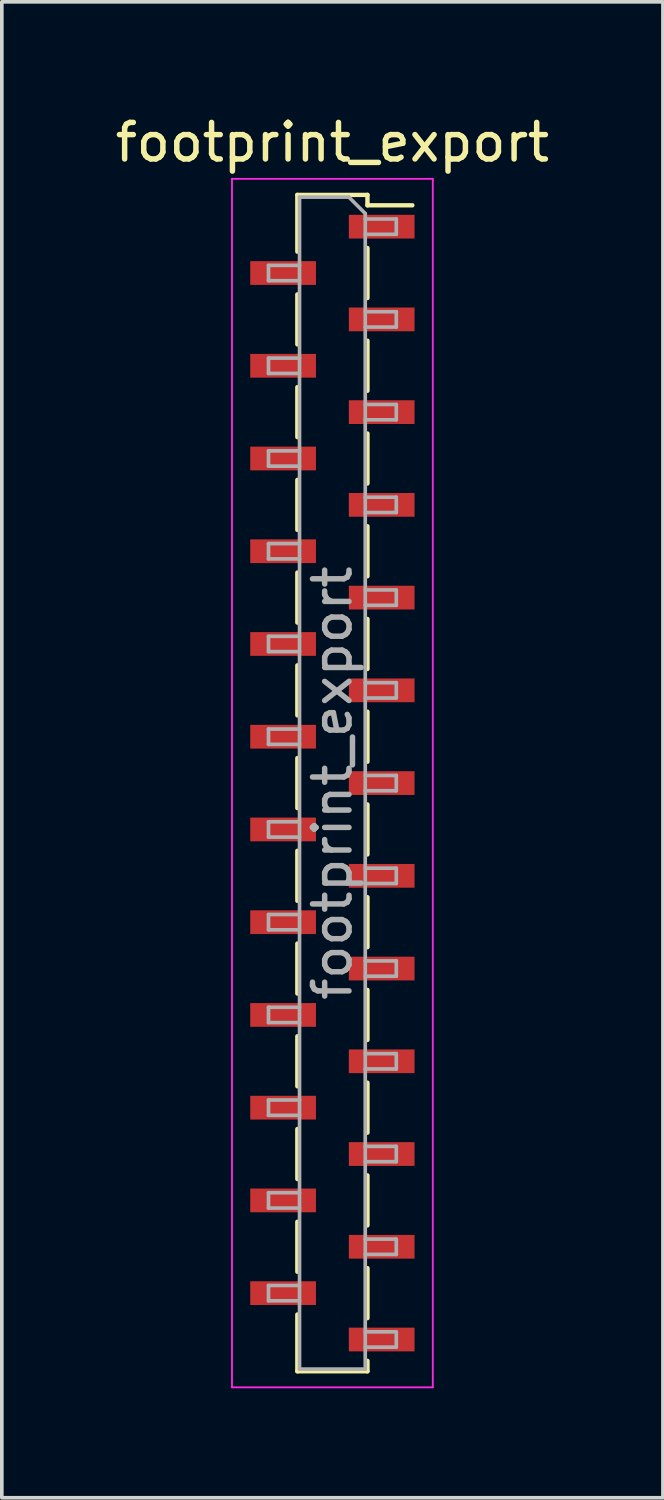
<source format=kicad_pcb>
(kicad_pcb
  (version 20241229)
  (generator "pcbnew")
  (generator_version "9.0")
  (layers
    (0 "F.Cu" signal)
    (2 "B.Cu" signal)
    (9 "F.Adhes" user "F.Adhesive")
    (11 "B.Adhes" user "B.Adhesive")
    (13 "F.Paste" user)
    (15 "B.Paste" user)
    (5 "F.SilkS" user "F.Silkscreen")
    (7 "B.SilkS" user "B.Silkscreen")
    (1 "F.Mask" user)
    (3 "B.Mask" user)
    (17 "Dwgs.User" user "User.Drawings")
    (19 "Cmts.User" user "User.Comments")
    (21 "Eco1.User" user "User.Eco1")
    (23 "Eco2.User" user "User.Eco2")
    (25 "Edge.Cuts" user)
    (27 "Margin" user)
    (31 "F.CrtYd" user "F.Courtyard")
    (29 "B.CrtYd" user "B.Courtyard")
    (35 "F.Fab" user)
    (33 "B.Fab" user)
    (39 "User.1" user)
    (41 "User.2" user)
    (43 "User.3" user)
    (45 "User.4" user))
  (footprint "footprint_export"
    (layer "F.Cu")
    (at 6.054 18.398)
    (property "Reference" "footprint_export" (at 0 -17.55 0) (layer "F.SilkS") (effects (font (size 1 1) (thickness 0.15))))
    (attr smd)
    (fp_line (start -0.96 -16.11) (end -0.96 -14.555) (stroke (width 0.12) (type solid)) (layer "F.SilkS"))
    (fp_line (start -0.96 -16.11) (end 0.96 -16.11) (stroke (width 0.12) (type solid)) (layer "F.SilkS"))
    (fp_line (start -0.96 -13.385) (end -0.96 -12.015) (stroke (width 0.12) (type solid)) (layer "F.SilkS"))
    (fp_line (start -0.96 -10.845) (end -0.96 -9.475) (stroke (width 0.12) (type solid)) (layer "F.SilkS"))
    (fp_line (start -0.96 -8.305) (end -0.96 -6.935) (stroke (width 0.12) (type solid)) (layer "F.SilkS"))
    (fp_line (start -0.96 -5.765) (end -0.96 -4.395) (stroke (width 0.12) (type solid)) (layer "F.SilkS"))
    (fp_line (start -0.96 -3.225) (end -0.96 -1.855) (stroke (width 0.12) (type solid)) (layer "F.SilkS"))
    (fp_line (start -0.96 -0.685) (end -0.96 0.685) (stroke (width 0.12) (type solid)) (layer "F.SilkS"))
    (fp_line (start -0.96 1.855) (end -0.96 3.225) (stroke (width 0.12) (type solid)) (layer "F.SilkS"))
    (fp_line (start -0.96 4.395) (end -0.96 5.765) (stroke (width 0.12) (type solid)) (layer "F.SilkS"))
    (fp_line (start -0.96 6.935) (end -0.96 8.305) (stroke (width 0.12) (type solid)) (layer "F.SilkS"))
    (fp_line (start -0.96 9.475) (end -0.96 10.845) (stroke (width 0.12) (type solid)) (layer "F.SilkS"))
    (fp_line (start -0.96 12.015) (end -0.96 13.385) (stroke (width 0.12) (type solid)) (layer "F.SilkS"))
    (fp_line (start -0.96 14.555) (end -0.96 16.11) (stroke (width 0.12) (type solid)) (layer "F.SilkS"))
    (fp_line (start -0.96 16.11) (end 0.96 16.11) (stroke (width 0.12) (type solid)) (layer "F.SilkS"))
    (fp_line (start 0.96 -16.11) (end 0.96 -15.825) (stroke (width 0.12) (type solid)) (layer "F.SilkS"))
    (fp_line (start 0.96 -15.825) (end 2.19 -15.825) (stroke (width 0.12) (type solid)) (layer "F.SilkS"))
    (fp_line (start 0.96 -14.655) (end 0.96 -13.285) (stroke (width 0.12) (type solid)) (layer "F.SilkS"))
    (fp_line (start 0.96 -12.115) (end 0.96 -10.745) (stroke (width 0.12) (type solid)) (layer "F.SilkS"))
    (fp_line (start 0.96 -9.575) (end 0.96 -8.205) (stroke (width 0.12) (type solid)) (layer "F.SilkS"))
    (fp_line (start 0.96 -7.035) (end 0.96 -5.665) (stroke (width 0.12) (type solid)) (layer "F.SilkS"))
    (fp_line (start 0.96 -4.495) (end 0.96 -3.125) (stroke (width 0.12) (type solid)) (layer "F.SilkS"))
    (fp_line (start 0.96 -1.955) (end 0.96 -0.585) (stroke (width 0.12) (type solid)) (layer "F.SilkS"))
    (fp_line (start 0.96 0.585) (end 0.96 1.955) (stroke (width 0.12) (type solid)) (layer "F.SilkS"))
    (fp_line (start 0.96 3.125) (end 0.96 4.495) (stroke (width 0.12) (type solid)) (layer "F.SilkS"))
    (fp_line (start 0.96 5.665) (end 0.96 7.035) (stroke (width 0.12) (type solid)) (layer "F.SilkS"))
    (fp_line (start 0.96 8.205) (end 0.96 9.575) (stroke (width 0.12) (type solid)) (layer "F.SilkS"))
    (fp_line (start 0.96 10.745) (end 0.96 12.115) (stroke (width 0.12) (type solid)) (layer "F.SilkS"))
    (fp_line (start 0.96 13.285) (end 0.96 14.655) (stroke (width 0.12) (type solid)) (layer "F.SilkS"))
    (fp_line (start 0.96 15.825) (end 0.96 16.11) (stroke (width 0.12) (type solid)) (layer "F.SilkS"))
    (fp_line (start -2.75 -16.55) (end 2.75 -16.55) (stroke (width 0.05) (type solid)) (layer "F.CrtYd"))
    (fp_line (start -2.75 16.55) (end -2.75 -16.55) (stroke (width 0.05) (type solid)) (layer "F.CrtYd"))
    (fp_line (start 2.75 -16.55) (end 2.75 16.55) (stroke (width 0.05) (type solid)) (layer "F.CrtYd"))
    (fp_line (start 2.75 16.55) (end -2.75 16.55) (stroke (width 0.05) (type solid)) (layer "F.CrtYd"))
    (fp_line (start -1.75 -14.18) (end -0.9 -14.18) (stroke (width 0.1) (type solid)) (layer "F.Fab"))
    (fp_line (start -1.75 -13.76) (end -1.75 -14.18) (stroke (width 0.1) (type solid)) (layer "F.Fab"))
    (fp_line (start -1.75 -11.64) (end -0.9 -11.64) (stroke (width 0.1) (type solid)) (layer "F.Fab"))
    (fp_line (start -1.75 -11.22) (end -1.75 -11.64) (stroke (width 0.1) (type solid)) (layer "F.Fab"))
    (fp_line (start -1.75 -9.1) (end -0.9 -9.1) (stroke (width 0.1) (type solid)) (layer "F.Fab"))
    (fp_line (start -1.75 -8.68) (end -1.75 -9.1) (stroke (width 0.1) (type solid)) (layer "F.Fab"))
    (fp_line (start -1.75 -6.56) (end -0.9 -6.56) (stroke (width 0.1) (type solid)) (layer "F.Fab"))
    (fp_line (start -1.75 -6.14) (end -1.75 -6.56) (stroke (width 0.1) (type solid)) (layer "F.Fab"))
    (fp_line (start -1.75 -4.02) (end -0.9 -4.02) (stroke (width 0.1) (type solid)) (layer "F.Fab"))
    (fp_line (start -1.75 -3.6) (end -1.75 -4.02) (stroke (width 0.1) (type solid)) (layer "F.Fab"))
    (fp_line (start -1.75 -1.48) (end -0.9 -1.48) (stroke (width 0.1) (type solid)) (layer "F.Fab"))
    (fp_line (start -1.75 -1.06) (end -1.75 -1.48) (stroke (width 0.1) (type solid)) (layer "F.Fab"))
    (fp_line (start -1.75 1.06) (end -0.9 1.06) (stroke (width 0.1) (type solid)) (layer "F.Fab"))
    (fp_line (start -1.75 1.48) (end -1.75 1.06) (stroke (width 0.1) (type solid)) (layer "F.Fab"))
    (fp_line (start -1.75 3.6) (end -0.9 3.6) (stroke (width 0.1) (type solid)) (layer "F.Fab"))
    (fp_line (start -1.75 4.02) (end -1.75 3.6) (stroke (width 0.1) (type solid)) (layer "F.Fab"))
    (fp_line (start -1.75 6.14) (end -0.9 6.14) (stroke (width 0.1) (type solid)) (layer "F.Fab"))
    (fp_line (start -1.75 6.56) (end -1.75 6.14) (stroke (width 0.1) (type solid)) (layer "F.Fab"))
    (fp_line (start -1.75 8.68) (end -0.9 8.68) (stroke (width 0.1) (type solid)) (layer "F.Fab"))
    (fp_line (start -1.75 9.1) (end -1.75 8.68) (stroke (width 0.1) (type solid)) (layer "F.Fab"))
    (fp_line (start -1.75 11.22) (end -0.9 11.22) (stroke (width 0.1) (type solid)) (layer "F.Fab"))
    (fp_line (start -1.75 11.64) (end -1.75 11.22) (stroke (width 0.1) (type solid)) (layer "F.Fab"))
    (fp_line (start -1.75 13.76) (end -0.9 13.76) (stroke (width 0.1) (type solid)) (layer "F.Fab"))
    (fp_line (start -1.75 14.18) (end -1.75 13.76) (stroke (width 0.1) (type solid)) (layer "F.Fab"))
    (fp_line (start -0.9 -16.05) (end 0.45 -16.05) (stroke (width 0.1) (type solid)) (layer "F.Fab"))
    (fp_line (start -0.9 -13.76) (end -1.75 -13.76) (stroke (width 0.1) (type solid)) (layer "F.Fab"))
    (fp_line (start -0.9 -11.22) (end -1.75 -11.22) (stroke (width 0.1) (type solid)) (layer "F.Fab"))
    (fp_line (start -0.9 -8.68) (end -1.75 -8.68) (stroke (width 0.1) (type solid)) (layer "F.Fab"))
    (fp_line (start -0.9 -6.14) (end -1.75 -6.14) (stroke (width 0.1) (type solid)) (layer "F.Fab"))
    (fp_line (start -0.9 -3.6) (end -1.75 -3.6) (stroke (width 0.1) (type solid)) (layer "F.Fab"))
    (fp_line (start -0.9 -1.06) (end -1.75 -1.06) (stroke (width 0.1) (type solid)) (layer "F.Fab"))
    (fp_line (start -0.9 1.48) (end -1.75 1.48) (stroke (width 0.1) (type solid)) (layer "F.Fab"))
    (fp_line (start -0.9 4.02) (end -1.75 4.02) (stroke (width 0.1) (type solid)) (layer "F.Fab"))
    (fp_line (start -0.9 6.56) (end -1.75 6.56) (stroke (width 0.1) (type solid)) (layer "F.Fab"))
    (fp_line (start -0.9 9.1) (end -1.75 9.1) (stroke (width 0.1) (type solid)) (layer "F.Fab"))
    (fp_line (start -0.9 11.64) (end -1.75 11.64) (stroke (width 0.1) (type solid)) (layer "F.Fab"))
    (fp_line (start -0.9 14.18) (end -1.75 14.18) (stroke (width 0.1) (type solid)) (layer "F.Fab"))
    (fp_line (start -0.9 16.05) (end -0.9 -16.05) (stroke (width 0.1) (type solid)) (layer "F.Fab"))
    (fp_line (start 0.45 -16.05) (end 0.9 -15.6) (stroke (width 0.1) (type solid)) (layer "F.Fab"))
    (fp_line (start 0.9 -15.6) (end 0.9 16.05) (stroke (width 0.1) (type solid)) (layer "F.Fab"))
    (fp_line (start 0.9 -15.45) (end 1.75 -15.45) (stroke (width 0.1) (type solid)) (layer "F.Fab"))
    (fp_line (start 0.9 -12.91) (end 1.75 -12.91) (stroke (width 0.1) (type solid)) (layer "F.Fab"))
    (fp_line (start 0.9 -10.37) (end 1.75 -10.37) (stroke (width 0.1) (type solid)) (layer "F.Fab"))
    (fp_line (start 0.9 -7.83) (end 1.75 -7.83) (stroke (width 0.1) (type solid)) (layer "F.Fab"))
    (fp_line (start 0.9 -5.29) (end 1.75 -5.29) (stroke (width 0.1) (type solid)) (layer "F.Fab"))
    (fp_line (start 0.9 -2.75) (end 1.75 -2.75) (stroke (width 0.1) (type solid)) (layer "F.Fab"))
    (fp_line (start 0.9 -0.21) (end 1.75 -0.21) (stroke (width 0.1) (type solid)) (layer "F.Fab"))
    (fp_line (start 0.9 2.33) (end 1.75 2.33) (stroke (width 0.1) (type solid)) (layer "F.Fab"))
    (fp_line (start 0.9 4.87) (end 1.75 4.87) (stroke (width 0.1) (type solid)) (layer "F.Fab"))
    (fp_line (start 0.9 7.41) (end 1.75 7.41) (stroke (width 0.1) (type solid)) (layer "F.Fab"))
    (fp_line (start 0.9 9.95) (end 1.75 9.95) (stroke (width 0.1) (type solid)) (layer "F.Fab"))
    (fp_line (start 0.9 12.49) (end 1.75 12.49) (stroke (width 0.1) (type solid)) (layer "F.Fab"))
    (fp_line (start 0.9 15.03) (end 1.75 15.03) (stroke (width 0.1) (type solid)) (layer "F.Fab"))
    (fp_line (start 0.9 16.05) (end -0.9 16.05) (stroke (width 0.1) (type solid)) (layer "F.Fab"))
    (fp_line (start 1.75 -15.45) (end 1.75 -15.03) (stroke (width 0.1) (type solid)) (layer "F.Fab"))
    (fp_line (start 1.75 -15.03) (end 0.9 -15.03) (stroke (width 0.1) (type solid)) (layer "F.Fab"))
    (fp_line (start 1.75 -12.91) (end 1.75 -12.49) (stroke (width 0.1) (type solid)) (layer "F.Fab"))
    (fp_line (start 1.75 -12.49) (end 0.9 -12.49) (stroke (width 0.1) (type solid)) (layer "F.Fab"))
    (fp_line (start 1.75 -10.37) (end 1.75 -9.95) (stroke (width 0.1) (type solid)) (layer "F.Fab"))
    (fp_line (start 1.75 -9.95) (end 0.9 -9.95) (stroke (width 0.1) (type solid)) (layer "F.Fab"))
    (fp_line (start 1.75 -7.83) (end 1.75 -7.41) (stroke (width 0.1) (type solid)) (layer "F.Fab"))
    (fp_line (start 1.75 -7.41) (end 0.9 -7.41) (stroke (width 0.1) (type solid)) (layer "F.Fab"))
    (fp_line (start 1.75 -5.29) (end 1.75 -4.87) (stroke (width 0.1) (type solid)) (layer "F.Fab"))
    (fp_line (start 1.75 -4.87) (end 0.9 -4.87) (stroke (width 0.1) (type solid)) (layer "F.Fab"))
    (fp_line (start 1.75 -2.75) (end 1.75 -2.33) (stroke (width 0.1) (type solid)) (layer "F.Fab"))
    (fp_line (start 1.75 -2.33) (end 0.9 -2.33) (stroke (width 0.1) (type solid)) (layer "F.Fab"))
    (fp_line (start 1.75 -0.21) (end 1.75 0.21) (stroke (width 0.1) (type solid)) (layer "F.Fab"))
    (fp_line (start 1.75 0.21) (end 0.9 0.21) (stroke (width 0.1) (type solid)) (layer "F.Fab"))
    (fp_line (start 1.75 2.33) (end 1.75 2.75) (stroke (width 0.1) (type solid)) (layer "F.Fab"))
    (fp_line (start 1.75 2.75) (end 0.9 2.75) (stroke (width 0.1) (type solid)) (layer "F.Fab"))
    (fp_line (start 1.75 4.87) (end 1.75 5.29) (stroke (width 0.1) (type solid)) (layer "F.Fab"))
    (fp_line (start 1.75 5.29) (end 0.9 5.29) (stroke (width 0.1) (type solid)) (layer "F.Fab"))
    (fp_line (start 1.75 7.41) (end 1.75 7.83) (stroke (width 0.1) (type solid)) (layer "F.Fab"))
    (fp_line (start 1.75 7.83) (end 0.9 7.83) (stroke (width 0.1) (type solid)) (layer "F.Fab"))
    (fp_line (start 1.75 9.95) (end 1.75 10.37) (stroke (width 0.1) (type solid)) (layer "F.Fab"))
    (fp_line (start 1.75 10.37) (end 0.9 10.37) (stroke (width 0.1) (type solid)) (layer "F.Fab"))
    (fp_line (start 1.75 12.49) (end 1.75 12.91) (stroke (width 0.1) (type solid)) (layer "F.Fab"))
    (fp_line (start 1.75 12.91) (end 0.9 12.91) (stroke (width 0.1) (type solid)) (layer "F.Fab"))
    (fp_line (start 1.75 15.03) (end 1.75 15.45) (stroke (width 0.1) (type solid)) (layer "F.Fab"))
    (fp_line (start 1.75 15.45) (end 0.9 15.45) (stroke (width 0.1) (type solid)) (layer "F.Fab"))
    (fp_text user "${REFERENCE}" (at 0 0 90) (layer "F.Fab") (effects (font (size 1 1) (thickness 0.15))))
    (pad "1" smd rect (at 1.35 -15.24) (size 1.8 0.65) (layers "F.Cu" "F.Mask" "F.Paste"))
    (pad "2" smd rect (at -1.35 -13.97) (size 1.8 0.65) (layers "F.Cu" "F.Mask" "F.Paste"))
    (pad "3" smd rect (at 1.35 -12.7) (size 1.8 0.65) (layers "F.Cu" "F.Mask" "F.Paste"))
    (pad "4" smd rect (at -1.35 -11.43) (size 1.8 0.65) (layers "F.Cu" "F.Mask" "F.Paste"))
    (pad "5" smd rect (at 1.35 -10.16) (size 1.8 0.65) (layers "F.Cu" "F.Mask" "F.Paste"))
    (pad "6" smd rect (at -1.35 -8.89) (size 1.8 0.65) (layers "F.Cu" "F.Mask" "F.Paste"))
    (pad "7" smd rect (at 1.35 -7.62) (size 1.8 0.65) (layers "F.Cu" "F.Mask" "F.Paste"))
    (pad "8" smd rect (at -1.35 -6.35) (size 1.8 0.65) (layers "F.Cu" "F.Mask" "F.Paste"))
    (pad "9" smd rect (at 1.35 -5.08) (size 1.8 0.65) (layers "F.Cu" "F.Mask" "F.Paste"))
    (pad "10" smd rect (at -1.35 -3.81) (size 1.8 0.65) (layers "F.Cu" "F.Mask" "F.Paste"))
    (pad "11" smd rect (at 1.35 -2.54) (size 1.8 0.65) (layers "F.Cu" "F.Mask" "F.Paste"))
    (pad "12" smd rect (at -1.35 -1.27) (size 1.8 0.65) (layers "F.Cu" "F.Mask" "F.Paste"))
    (pad "13" smd rect (at 1.35 0) (size 1.8 0.65) (layers "F.Cu" "F.Mask" "F.Paste"))
    (pad "14" smd rect (at -1.35 1.27) (size 1.8 0.65) (layers "F.Cu" "F.Mask" "F.Paste"))
    (pad "15" smd rect (at 1.35 2.54) (size 1.8 0.65) (layers "F.Cu" "F.Mask" "F.Paste"))
    (pad "16" smd rect (at -1.35 3.81) (size 1.8 0.65) (layers "F.Cu" "F.Mask" "F.Paste"))
    (pad "17" smd rect (at 1.35 5.08) (size 1.8 0.65) (layers "F.Cu" "F.Mask" "F.Paste"))
    (pad "18" smd rect (at -1.35 6.35) (size 1.8 0.65) (layers "F.Cu" "F.Mask" "F.Paste"))
    (pad "19" smd rect (at 1.35 7.62) (size 1.8 0.65) (layers "F.Cu" "F.Mask" "F.Paste"))
    (pad "20" smd rect (at -1.35 8.89) (size 1.8 0.65) (layers "F.Cu" "F.Mask" "F.Paste"))
    (pad "21" smd rect (at 1.35 10.16) (size 1.8 0.65) (layers "F.Cu" "F.Mask" "F.Paste"))
    (pad "22" smd rect (at -1.35 11.43) (size 1.8 0.65) (layers "F.Cu" "F.Mask" "F.Paste"))
    (pad "23" smd rect (at 1.35 12.7) (size 1.8 0.65) (layers "F.Cu" "F.Mask" "F.Paste"))
    (pad "24" smd rect (at -1.35 13.97) (size 1.8 0.65) (layers "F.Cu" "F.Mask" "F.Paste"))
    (pad "25" smd rect (at 1.35 15.24) (size 1.8 0.65) (layers "F.Cu" "F.Mask" "F.Paste")))
  (gr_rect
    (start -3 -3)
    (end 15.107 37.973)
    (stroke (width 0.1) (type default))
    (fill no)
    (layer "Edge.Cuts")))
</source>
